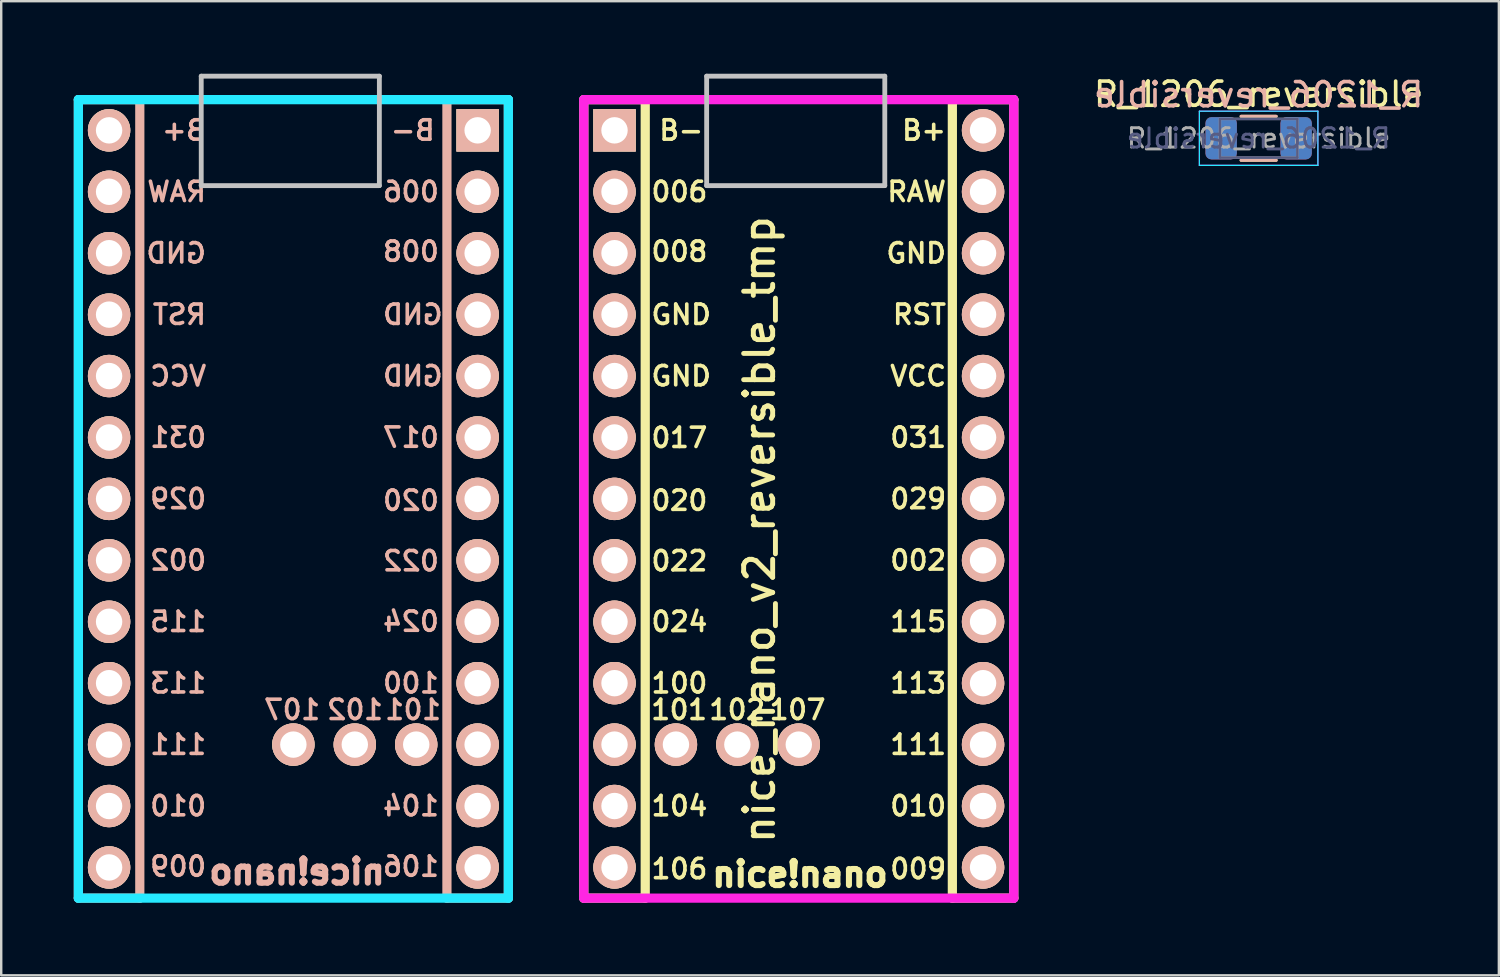
<source format=kicad_pcb>
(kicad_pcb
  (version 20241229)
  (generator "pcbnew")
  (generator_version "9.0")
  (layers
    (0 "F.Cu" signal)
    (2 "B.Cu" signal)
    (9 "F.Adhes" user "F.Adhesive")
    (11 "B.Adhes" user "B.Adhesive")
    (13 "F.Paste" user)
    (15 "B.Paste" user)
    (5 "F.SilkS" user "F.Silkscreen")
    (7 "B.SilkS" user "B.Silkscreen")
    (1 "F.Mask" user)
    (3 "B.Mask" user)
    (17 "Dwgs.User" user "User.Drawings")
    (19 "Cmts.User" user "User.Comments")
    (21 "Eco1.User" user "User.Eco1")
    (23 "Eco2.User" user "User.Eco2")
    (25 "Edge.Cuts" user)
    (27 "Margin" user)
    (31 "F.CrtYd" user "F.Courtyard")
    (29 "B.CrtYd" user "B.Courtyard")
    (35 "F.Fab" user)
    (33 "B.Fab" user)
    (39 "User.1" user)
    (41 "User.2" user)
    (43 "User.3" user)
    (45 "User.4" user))
  (footprint "R_1206_reversible"
    (layer "F.Cu")
    (at 48.996 2.668)
    (property "Reference" "R_1206_reversible" (at 0 -1.82 0) (layer "F.SilkS") (effects (font (size 1 1) (thickness 0.15))))
    (attr smd)
    (fp_line (start -0.727 -0.91) (end 0.727 -0.91) (stroke (width 0.12) (type solid)) (layer "F.SilkS"))
    (fp_line (start -0.727 0.91) (end 0.727 0.91) (stroke (width 0.12) (type solid)) (layer "F.SilkS"))
    (fp_line (start -0.727 -0.91) (end 0.727 -0.91) (stroke (width 0.12) (type solid)) (layer "B.SilkS"))
    (fp_line (start -0.727 0.91) (end 0.727 0.91) (stroke (width 0.12) (type solid)) (layer "B.SilkS"))
    (fp_line (start -2.45 -1.12) (end -2.45 1.12) (stroke (width 0.05) (type solid)) (layer "B.CrtYd"))
    (fp_line (start -2.45 1.12) (end 2.45 1.12) (stroke (width 0.05) (type solid)) (layer "B.CrtYd"))
    (fp_line (start 2.45 -1.12) (end -2.45 -1.12) (stroke (width 0.05) (type solid)) (layer "B.CrtYd"))
    (fp_line (start 2.45 1.12) (end 2.45 -1.12) (stroke (width 0.05) (type solid)) (layer "B.CrtYd"))
    (fp_line (start -2.45 -1.12) (end 2.45 -1.12) (stroke (width 0.05) (type solid)) (layer "F.CrtYd"))
    (fp_line (start -2.45 1.12) (end -2.45 -1.12) (stroke (width 0.05) (type solid)) (layer "F.CrtYd"))
    (fp_line (start 2.45 -1.12) (end 2.45 1.12) (stroke (width 0.05) (type solid)) (layer "F.CrtYd"))
    (fp_line (start 2.45 1.12) (end -2.45 1.12) (stroke (width 0.05) (type solid)) (layer "F.CrtYd"))
    (fp_line (start -1.6 -0.8) (end -1.6 0.8) (stroke (width 0.1) (type solid)) (layer "B.Fab"))
    (fp_line (start -1.6 0.8) (end 1.6 0.8) (stroke (width 0.1) (type solid)) (layer "B.Fab"))
    (fp_line (start 1.6 -0.8) (end -1.6 -0.8) (stroke (width 0.1) (type solid)) (layer "B.Fab"))
    (fp_line (start 1.6 0.8) (end 1.6 -0.8) (stroke (width 0.1) (type solid)) (layer "B.Fab"))
    (fp_line (start -1.6 -0.8) (end 1.6 -0.8) (stroke (width 0.1) (type solid)) (layer "F.Fab"))
    (fp_line (start -1.6 0.8) (end -1.6 -0.8) (stroke (width 0.1) (type solid)) (layer "F.Fab"))
    (fp_line (start 1.6 -0.8) (end 1.6 0.8) (stroke (width 0.1) (type solid)) (layer "F.Fab"))
    (fp_line (start 1.6 0.8) (end -1.6 0.8) (stroke (width 0.1) (type solid)) (layer "F.Fab"))
    (fp_text user "${REFERENCE}" (at 0 -1.8 0) (layer "B.SilkS") (effects (font (size 1 1) (thickness 0.15)) (justify mirror)))
    (fp_text user "${REFERENCE}" (at 0 0 0) (layer "B.Fab") (effects (font (size 0.8 0.8) (thickness 0.12)) (justify mirror)))
    (fp_text user "${REFERENCE}" (at 0 0 0) (layer "F.Fab") (effects (font (size 0.8 0.8) (thickness 0.12))))
    (pad "1" smd roundrect (at -1.55 0) (size 1.3 1.75) (layers "F.Cu" "F.Mask" "F.Paste") (roundrect_rratio 0.192))
    (pad "1" smd roundrect (at -1.55 0) (size 1.3 1.75) (layers "B.Cu" "B.Mask" "B.Paste") (roundrect_rratio 0.192))
    (pad "2" smd roundrect (at 1.55 0) (size 1.3 1.75) (layers "F.Cu" "F.Mask" "F.Paste") (roundrect_rratio 0.192))
    (pad "2" smd roundrect (at 1.55 0) (size 1.3 1.75) (layers "B.Cu" "B.Mask" "B.Paste") (roundrect_rratio 0.192)))
  (footprint "nice_nano_v2_reversible_tmp"
    (layer "F.Cu")
    (at 29.831 19)
    (property "Reference" "nice_nano_v2_reversible_tmp" (at -1.475 -0.15 270) (layer "F.SilkS") (effects (font (size 1.2 1.2) (thickness 0.203))))
    (attr through_hole)
    (fp_line (start -8.74 -17.93) (end -8.74 15.09) (stroke (width 0.381) (type solid)) (layer "F.SilkS"))
    (fp_line (start -8.74 15.09) (end -6.2 15.09) (stroke (width 0.381) (type solid)) (layer "F.SilkS"))
    (fp_line (start -6.2 -17.93) (end -8.74 -17.93) (stroke (width 0.381) (type solid)) (layer "F.SilkS"))
    (fp_line (start -6.2 -17.93) (end -6.2 15.09) (stroke (width 0.381) (type solid)) (layer "F.SilkS"))
    (fp_line (start 6.5 15.09) (end 6.5 -17.93) (stroke (width 0.381) (type solid)) (layer "F.SilkS"))
    (fp_line (start 6.5 15.09) (end 9.04 15.09) (stroke (width 0.381) (type solid)) (layer "F.SilkS"))
    (fp_line (start 9.04 -17.93) (end 6.5 -17.93) (stroke (width 0.381) (type solid)) (layer "F.SilkS"))
    (fp_line (start 9.04 15.09) (end 9.04 -17.93) (stroke (width 0.381) (type solid)) (layer "F.SilkS"))
    (fp_line (start -29.64 -17.93) (end -29.64 15.09) (stroke (width 0.381) (type solid)) (layer "B.SilkS"))
    (fp_line (start -29.64 15.09) (end -27.1 15.09) (stroke (width 0.381) (type solid)) (layer "B.SilkS"))
    (fp_line (start -27.1 -17.93) (end -29.64 -17.93) (stroke (width 0.381) (type solid)) (layer "B.SilkS"))
    (fp_line (start -27.1 -17.93) (end -27.1 15.09) (stroke (width 0.381) (type solid)) (layer "B.SilkS"))
    (fp_line (start -14.4 15.09) (end -14.4 -17.93) (stroke (width 0.381) (type solid)) (layer "B.SilkS"))
    (fp_line (start -14.4 15.09) (end -11.86 15.09) (stroke (width 0.381) (type solid)) (layer "B.SilkS"))
    (fp_line (start -11.86 -17.93) (end -14.4 -17.93) (stroke (width 0.381) (type solid)) (layer "B.SilkS"))
    (fp_line (start -11.86 15.09) (end -11.86 -17.93) (stroke (width 0.381) (type solid)) (layer "B.SilkS"))
    (fp_line (start -24.56 -18.9) (end -17.194 -18.9) (stroke (width 0.2) (type solid)) (layer "Dwgs.User"))
    (fp_line (start -24.56 -14.374) (end -24.56 -18.9) (stroke (width 0.2) (type solid)) (layer "Dwgs.User"))
    (fp_line (start -17.194 -18.9) (end -17.194 -14.374) (stroke (width 0.2) (type solid)) (layer "Dwgs.User"))
    (fp_line (start -17.194 -14.374) (end -24.56 -14.374) (stroke (width 0.2) (type solid)) (layer "Dwgs.User"))
    (fp_line (start -3.66 -18.9) (end 3.706 -18.9) (stroke (width 0.2) (type solid)) (layer "Dwgs.User"))
    (fp_line (start -3.66 -14.374) (end -3.66 -18.9) (stroke (width 0.2) (type solid)) (layer "Dwgs.User"))
    (fp_line (start 3.706 -18.9) (end 3.706 -14.374) (stroke (width 0.2) (type solid)) (layer "Dwgs.User"))
    (fp_line (start 3.706 -14.374) (end -3.66 -14.374) (stroke (width 0.2) (type solid)) (layer "Dwgs.User"))
    (fp_line (start -29.64 -17.93) (end -29.64 15.09) (stroke (width 0.381) (type solid)) (layer "B.CrtYd"))
    (fp_line (start -29.64 15.09) (end -11.86 15.09) (stroke (width 0.381) (type solid)) (layer "B.CrtYd"))
    (fp_line (start -11.86 -17.93) (end -29.64 -17.93) (stroke (width 0.381) (type solid)) (layer "B.CrtYd"))
    (fp_line (start -11.86 15.09) (end -11.86 -17.93) (stroke (width 0.381) (type solid)) (layer "B.CrtYd"))
    (fp_line (start -8.74 -17.93) (end -8.74 15.09) (stroke (width 0.381) (type solid)) (layer "F.CrtYd"))
    (fp_line (start -8.74 15.09) (end 9.04 15.09) (stroke (width 0.381) (type solid)) (layer "F.CrtYd"))
    (fp_line (start 9.04 -17.93) (end -8.74 -17.93) (stroke (width 0.381) (type solid)) (layer "F.CrtYd"))
    (fp_line (start 9.04 15.09) (end 9.04 -17.93) (stroke (width 0.381) (type solid)) (layer "F.CrtYd"))
    (fp_text user "RAW" (at 5.024 -14.12 0) (layer "F.SilkS") (effects (font (size 0.8 0.8) (thickness 0.15))))
    (fp_text user "002" (at 5.087 1.12 0) (layer "F.SilkS") (effects (font (size 0.8 0.8) (thickness 0.15))))
    (fp_text user "009" (at 5.087 13.88 0) (layer "F.SilkS") (effects (font (size 0.8 0.8) (thickness 0.15))))
    (fp_text user "GND" (at -4.711 -9.04 0) (layer "F.SilkS") (effects (font (size 0.8 0.8) (thickness 0.15))))
    (fp_text user "nice!nano" (at 0.2 14.1 0) (layer "F.SilkS") (effects (font (size 1 1) (thickness 0.25))))
    (fp_text user "100" (at -4.787 6.2 0) (layer "F.SilkS") (effects (font (size 0.8 0.8) (thickness 0.15))))
    (fp_text user "106" (at -4.787 13.88 0) (layer "F.SilkS") (effects (font (size 0.8 0.8) (thickness 0.15))))
    (fp_text user "101" (at -4.8 7.3 0) (layer "F.SilkS") (effects (font (size 0.8 0.8) (thickness 0.15))))
    (fp_text user "020" (at -4.787 -1.35 0) (layer "F.SilkS") (effects (font (size 0.8 0.8) (thickness 0.15))))
    (fp_text user "115" (at 5.087 3.66 0) (layer "F.SilkS") (effects (font (size 0.8 0.8) (thickness 0.15))))
    (fp_text user "GND" (at -4.711 -6.5 0) (layer "F.SilkS") (effects (font (size 0.8 0.8) (thickness 0.15))))
    (fp_text user "GND" (at 5.005 -11.58 0) (layer "F.SilkS") (effects (font (size 0.8 0.8) (thickness 0.15))))
    (fp_text user "031" (at 5.087 -3.96 0) (layer "F.SilkS") (effects (font (size 0.8 0.8) (thickness 0.15))))
    (fp_text user "B-" (at -4.711 -16.66 0) (layer "F.SilkS") (effects (font (size 0.8 0.8) (thickness 0.15))))
    (fp_text user "107" (at 0.1 7.3 0) (layer "F.SilkS") (effects (font (size 0.8 0.8) (thickness 0.15))))
    (fp_text user "017" (at -4.787 -3.95 0) (layer "F.SilkS") (effects (font (size 0.8 0.8) (thickness 0.15))))
    (fp_text user "102" (at -2.4 7.3 0) (layer "F.SilkS") (effects (font (size 0.8 0.8) (thickness 0.15))))
    (fp_text user "VCC" (at 5.087 -6.5 0) (layer "F.SilkS") (effects (font (size 0.8 0.8) (thickness 0.15))))
    (fp_text user "022" (at -4.787 1.15 0) (layer "F.SilkS") (effects (font (size 0.8 0.8) (thickness 0.15))))
    (fp_text user "010" (at 5.087 11.28 0) (layer "F.SilkS") (effects (font (size 0.8 0.8) (thickness 0.15))))
    (fp_text user "006" (at -4.787 -14.12 0) (layer "F.SilkS") (effects (font (size 0.8 0.8) (thickness 0.15))))
    (fp_text user "104" (at -4.787 11.28 0) (layer "F.SilkS") (effects (font (size 0.8 0.8) (thickness 0.15))))
    (fp_text user "RST" (at 5.138 -9.04 0) (layer "F.SilkS") (effects (font (size 0.8 0.8) (thickness 0.15))))
    (fp_text user "029" (at 5.087 -1.42 0) (layer "F.SilkS") (effects (font (size 0.8 0.8) (thickness 0.15))))
    (fp_text user "113" (at 5.087 6.2 0) (layer "F.SilkS") (effects (font (size 0.8 0.8) (thickness 0.15))))
    (fp_text user "008" (at -4.787 -11.65 0) (layer "F.SilkS") (effects (font (size 0.8 0.8) (thickness 0.15))))
    (fp_text user "024" (at -4.787 3.66 0) (layer "F.SilkS") (effects (font (size 0.8 0.8) (thickness 0.15))))
    (fp_text user "111" (at 5.087 8.74 0) (layer "F.SilkS") (effects (font (size 0.8 0.8) (thickness 0.15))))
    (fp_text user "B+" (at 5.328 -16.66 0) (layer "F.SilkS") (effects (font (size 0.8 0.8) (thickness 0.15))))
    (fp_text user "nice!nano" (at -20.6 14 0) (layer "B.SilkS") (effects (font (size 1 1) (thickness 0.25)) (justify mirror)))
    (fp_text user "107" (at -20.8 7.3 0) (layer "B.SilkS") (effects (font (size 0.8 0.8) (thickness 0.15)) (justify mirror)))
    (fp_text user "RAW" (at -25.576 -14.12 0) (layer "B.SilkS") (effects (font (size 0.8 0.8) (thickness 0.15)) (justify mirror)))
    (fp_text user "GND" (at -25.595 -11.58 0) (layer "B.SilkS") (effects (font (size 0.8 0.8) (thickness 0.15)) (justify mirror)))
    (fp_text user "100" (at -15.887 6.2 0) (layer "B.SilkS") (effects (font (size 0.8 0.8) (thickness 0.15)) (justify mirror)))
    (fp_text user "002" (at -25.513 1.12 0) (layer "B.SilkS") (effects (font (size 0.8 0.8) (thickness 0.15)) (justify mirror)))
    (fp_text user "031" (at -25.513 -3.96 0) (layer "B.SilkS") (effects (font (size 0.8 0.8) (thickness 0.15)) (justify mirror)))
    (fp_text user "009" (at -25.513 13.78 0) (layer "B.SilkS") (effects (font (size 0.8 0.8) (thickness 0.15)) (justify mirror)))
    (fp_text user "VCC" (at -25.513 -6.5 0) (layer "B.SilkS") (effects (font (size 0.8 0.8) (thickness 0.15)) (justify mirror)))
    (fp_text user "022" (at -15.887 1.15 0) (layer "B.SilkS") (effects (font (size 0.8 0.8) (thickness 0.15)) (justify mirror)))
    (fp_text user "104" (at -15.887 11.28 0) (layer "B.SilkS") (effects (font (size 0.8 0.8) (thickness 0.15)) (justify mirror)))
    (fp_text user "GND" (at -15.811 -6.5 0) (layer "B.SilkS") (effects (font (size 0.8 0.8) (thickness 0.15)) (justify mirror)))
    (fp_text user "106" (at -15.887 13.78 0) (layer "B.SilkS") (effects (font (size 0.8 0.8) (thickness 0.15)) (justify mirror)))
    (fp_text user "010" (at -25.513 11.28 0) (layer "B.SilkS") (effects (font (size 0.8 0.8) (thickness 0.15)) (justify mirror)))
    (fp_text user "020" (at -15.887 -1.35 0) (layer "B.SilkS") (effects (font (size 0.8 0.8) (thickness 0.15)) (justify mirror)))
    (fp_text user "006" (at -15.887 -14.12 0) (layer "B.SilkS") (effects (font (size 0.8 0.8) (thickness 0.15)) (justify mirror)))
    (fp_text user "017" (at -15.887 -3.96 0) (layer "B.SilkS") (effects (font (size 0.8 0.8) (thickness 0.15)) (justify mirror)))
    (fp_text user "113" (at -25.513 6.2 0) (layer "B.SilkS") (effects (font (size 0.8 0.8) (thickness 0.15)) (justify mirror)))
    (fp_text user "024" (at -15.887 3.65 0) (layer "B.SilkS") (effects (font (size 0.8 0.8) (thickness 0.15)) (justify mirror)))
    (fp_text user "111" (at -25.513 8.74 0) (layer "B.SilkS") (effects (font (size 0.8 0.8) (thickness 0.15)) (justify mirror)))
    (fp_text user "RST" (at -25.462 -9.04 0) (layer "B.SilkS") (effects (font (size 0.8 0.8) (thickness 0.15)) (justify mirror)))
    (fp_text user "B+" (at -25.272 -16.66 0) (layer "B.SilkS") (effects (font (size 0.8 0.8) (thickness 0.15)) (justify mirror)))
    (fp_text user "008" (at -15.887 -11.65 0) (layer "B.SilkS") (effects (font (size 0.8 0.8) (thickness 0.15)) (justify mirror)))
    (fp_text user "101" (at -15.8 7.3 0) (layer "B.SilkS") (effects (font (size 0.8 0.8) (thickness 0.15)) (justify mirror)))
    (fp_text user "B-" (at -15.811 -16.66 0) (layer "B.SilkS") (effects (font (size 0.8 0.8) (thickness 0.15)) (justify mirror)))
    (fp_text user "029" (at -25.513 -1.42 0) (layer "B.SilkS") (effects (font (size 0.8 0.8) (thickness 0.15)) (justify mirror)))
    (fp_text user "102" (at -18.2 7.3 0) (layer "B.SilkS") (effects (font (size 0.8 0.8) (thickness 0.15)) (justify mirror)))
    (fp_text user "115" (at -25.513 3.66 0) (layer "B.SilkS") (effects (font (size 0.8 0.8) (thickness 0.15)) (justify mirror)))
    (fp_text user "GND" (at -15.811 -9.04 0) (layer "B.SilkS") (effects (font (size 0.8 0.8) (thickness 0.15)) (justify mirror)))
    (pad "1" thru_hole rect (at -13.13 -16.66 270) (size 1.753 1.753) (drill 1.092) (layers "*.Cu" "*.SilkS" "*.Mask"))
    (pad "1" thru_hole rect (at -7.47 -16.66 270) (size 1.753 1.753) (drill 1.092) (layers "*.Cu" "*.SilkS" "*.Mask"))
    (pad "2" thru_hole circle (at -13.13 -14.12 270) (size 1.753 1.753) (drill 1.092) (layers "*.Cu" "*.SilkS" "*.Mask"))
    (pad "2" thru_hole circle (at -7.47 -14.12 270) (size 1.753 1.753) (drill 1.092) (layers "*.Cu" "*.SilkS" "*.Mask"))
    (pad "3" thru_hole circle (at -13.13 -11.58 270) (size 1.753 1.753) (drill 1.092) (layers "*.Cu" "*.SilkS" "*.Mask"))
    (pad "3" thru_hole circle (at -7.47 -11.58 270) (size 1.753 1.753) (drill 1.092) (layers "*.Cu" "*.SilkS" "*.Mask"))
    (pad "4" thru_hole circle (at -13.13 -9.04 270) (size 1.753 1.753) (drill 1.092) (layers "*.Cu" "*.SilkS" "*.Mask"))
    (pad "4" thru_hole circle (at -7.47 -9.04 270) (size 1.753 1.753) (drill 1.092) (layers "*.Cu" "*.SilkS" "*.Mask"))
    (pad "5" thru_hole circle (at -13.13 -6.5 270) (size 1.753 1.753) (drill 1.092) (layers "*.Cu" "*.SilkS" "*.Mask"))
    (pad "5" thru_hole circle (at -7.47 -6.5 270) (size 1.753 1.753) (drill 1.092) (layers "*.Cu" "*.SilkS" "*.Mask"))
    (pad "6" thru_hole circle (at -13.13 -3.96 270) (size 1.753 1.753) (drill 1.092) (layers "*.Cu" "*.SilkS" "*.Mask"))
    (pad "6" thru_hole circle (at -7.47 -3.96 270) (size 1.753 1.753) (drill 1.092) (layers "*.Cu" "*.SilkS" "*.Mask"))
    (pad "7" thru_hole circle (at -13.13 -1.42 270) (size 1.753 1.753) (drill 1.092) (layers "*.Cu" "*.SilkS" "*.Mask"))
    (pad "7" thru_hole circle (at -7.47 -1.42 270) (size 1.753 1.753) (drill 1.092) (layers "*.Cu" "*.SilkS" "*.Mask"))
    (pad "8" thru_hole circle (at -13.13 1.12 270) (size 1.753 1.753) (drill 1.092) (layers "*.Cu" "*.SilkS" "*.Mask"))
    (pad "8" thru_hole circle (at -7.47 1.12 270) (size 1.753 1.753) (drill 1.092) (layers "*.Cu" "*.SilkS" "*.Mask"))
    (pad "9" thru_hole circle (at -13.13 3.66 270) (size 1.753 1.753) (drill 1.092) (layers "*.Cu" "*.SilkS" "*.Mask"))
    (pad "9" thru_hole circle (at -7.47 3.66 270) (size 1.753 1.753) (drill 1.092) (layers "*.Cu" "*.SilkS" "*.Mask"))
    (pad "10" thru_hole circle (at -13.13 6.2 270) (size 1.753 1.753) (drill 1.092) (layers "*.Cu" "*.SilkS" "*.Mask"))
    (pad "10" thru_hole circle (at -7.47 6.2 270) (size 1.753 1.753) (drill 1.092) (layers "*.Cu" "*.SilkS" "*.Mask"))
    (pad "11" thru_hole circle (at -13.13 8.74 270) (size 1.753 1.753) (drill 1.092) (layers "*.Cu" "*.SilkS" "*.Mask"))
    (pad "11" thru_hole circle (at -7.47 8.74 270) (size 1.753 1.753) (drill 1.092) (layers "*.Cu" "*.SilkS" "*.Mask"))
    (pad "12" thru_hole circle (at -13.13 11.28 270) (size 1.753 1.753) (drill 1.092) (layers "*.Cu" "*.SilkS" "*.Mask"))
    (pad "12" thru_hole circle (at -7.47 11.28 270) (size 1.753 1.753) (drill 1.092) (layers "*.Cu" "*.SilkS" "*.Mask"))
    (pad "13" thru_hole circle (at -13.13 13.82 270) (size 1.753 1.753) (drill 1.092) (layers "*.Cu" "*.SilkS" "*.Mask"))
    (pad "13" thru_hole circle (at -7.47 13.82 270) (size 1.753 1.753) (drill 1.092) (layers "*.Cu" "*.SilkS" "*.Mask"))
    (pad "14" thru_hole circle (at -28.37 -16.66 270) (size 1.753 1.753) (drill 1.092) (layers "*.Cu" "*.SilkS" "*.Mask"))
    (pad "14" thru_hole circle (at 7.77 -16.66 270) (size 1.753 1.753) (drill 1.092) (layers "*.Cu" "*.SilkS" "*.Mask"))
    (pad "15" thru_hole circle (at -28.37 -14.12 270) (size 1.753 1.753) (drill 1.092) (layers "*.Cu" "*.SilkS" "*.Mask"))
    (pad "15" thru_hole circle (at 7.77 -14.12 270) (size 1.753 1.753) (drill 1.092) (layers "*.Cu" "*.SilkS" "*.Mask"))
    (pad "16" thru_hole circle (at -28.37 -11.58 270) (size 1.753 1.753) (drill 1.092) (layers "*.Cu" "*.SilkS" "*.Mask"))
    (pad "16" thru_hole circle (at 7.77 -11.58 270) (size 1.753 1.753) (drill 1.092) (layers "*.Cu" "*.SilkS" "*.Mask"))
    (pad "17" thru_hole circle (at -28.37 -9.04 270) (size 1.753 1.753) (drill 1.092) (layers "*.Cu" "*.SilkS" "*.Mask"))
    (pad "17" thru_hole circle (at 7.77 -9.04 270) (size 1.753 1.753) (drill 1.092) (layers "*.Cu" "*.SilkS" "*.Mask"))
    (pad "18" thru_hole circle (at -28.37 -6.5 270) (size 1.753 1.753) (drill 1.092) (layers "*.Cu" "*.SilkS" "*.Mask"))
    (pad "18" thru_hole circle (at 7.77 -6.5 270) (size 1.753 1.753) (drill 1.092) (layers "*.Cu" "*.SilkS" "*.Mask"))
    (pad "19" thru_hole circle (at -28.37 -3.96 270) (size 1.753 1.753) (drill 1.092) (layers "*.Cu" "*.SilkS" "*.Mask"))
    (pad "19" thru_hole circle (at 7.77 -3.96 270) (size 1.753 1.753) (drill 1.092) (layers "*.Cu" "*.SilkS" "*.Mask"))
    (pad "20" thru_hole circle (at -28.37 -1.42 270) (size 1.753 1.753) (drill 1.092) (layers "*.Cu" "*.SilkS" "*.Mask"))
    (pad "20" thru_hole circle (at 7.77 -1.42 270) (size 1.753 1.753) (drill 1.092) (layers "*.Cu" "*.SilkS" "*.Mask"))
    (pad "21" thru_hole circle (at -28.37 1.12 270) (size 1.753 1.753) (drill 1.092) (layers "*.Cu" "*.SilkS" "*.Mask"))
    (pad "21" thru_hole circle (at 7.77 1.12 270) (size 1.753 1.753) (drill 1.092) (layers "*.Cu" "*.SilkS" "*.Mask"))
    (pad "22" thru_hole circle (at -28.37 3.66 270) (size 1.753 1.753) (drill 1.092) (layers "*.Cu" "*.SilkS" "*.Mask"))
    (pad "22" thru_hole circle (at 7.77 3.66 270) (size 1.753 1.753) (drill 1.092) (layers "*.Cu" "*.SilkS" "*.Mask"))
    (pad "23" thru_hole circle (at -28.37 6.2 270) (size 1.753 1.753) (drill 1.092) (layers "*.Cu" "*.SilkS" "*.Mask"))
    (pad "23" thru_hole circle (at 7.77 6.2 270) (size 1.753 1.753) (drill 1.092) (layers "*.Cu" "*.SilkS" "*.Mask"))
    (pad "24" thru_hole circle (at -28.37 8.74 270) (size 1.753 1.753) (drill 1.092) (layers "*.Cu" "*.SilkS" "*.Mask"))
    (pad "24" thru_hole circle (at 7.77 8.74 270) (size 1.753 1.753) (drill 1.092) (layers "*.Cu" "*.SilkS" "*.Mask"))
    (pad "25" thru_hole circle (at -28.37 11.28 270) (size 1.753 1.753) (drill 1.092) (layers "*.Cu" "*.SilkS" "*.Mask"))
    (pad "25" thru_hole circle (at 7.77 11.28 270) (size 1.753 1.753) (drill 1.092) (layers "*.Cu" "*.SilkS" "*.Mask"))
    (pad "26" thru_hole circle (at -28.37 13.82 270) (size 1.753 1.753) (drill 1.092) (layers "*.Cu" "*.SilkS" "*.Mask"))
    (pad "26" thru_hole circle (at 7.77 13.82 270) (size 1.753 1.753) (drill 1.092) (layers "*.Cu" "*.SilkS" "*.Mask"))
    (pad "27" thru_hole circle (at -15.67 8.74 270) (size 1.753 1.753) (drill 1.092) (layers "*.Cu" "*.SilkS" "*.Mask"))
    (pad "27" thru_hole circle (at -4.93 8.74 270) (size 1.753 1.753) (drill 1.092) (layers "*.Cu" "*.SilkS" "*.Mask"))
    (pad "28" thru_hole circle (at -18.21 8.74 270) (size 1.753 1.753) (drill 1.092) (layers "*.Cu" "*.SilkS" "*.Mask"))
    (pad "28" thru_hole circle (at -2.39 8.74 270) (size 1.753 1.753) (drill 1.092) (layers "*.Cu" "*.SilkS" "*.Mask"))
    (pad "29" thru_hole circle (at -20.75 8.74 270) (size 1.753 1.753) (drill 1.092) (layers "*.Cu" "*.SilkS" "*.Mask"))
    (pad "29" thru_hole circle (at 0.15 8.74 270) (size 1.753 1.753) (drill 1.092) (layers "*.Cu" "*.SilkS" "*.Mask")))
  (gr_rect
    (start -3 -3)
    (end 58.93 37.281)
    (stroke (width 0.1) (type default))
    (fill no)
    (layer "Edge.Cuts")))
</source>
